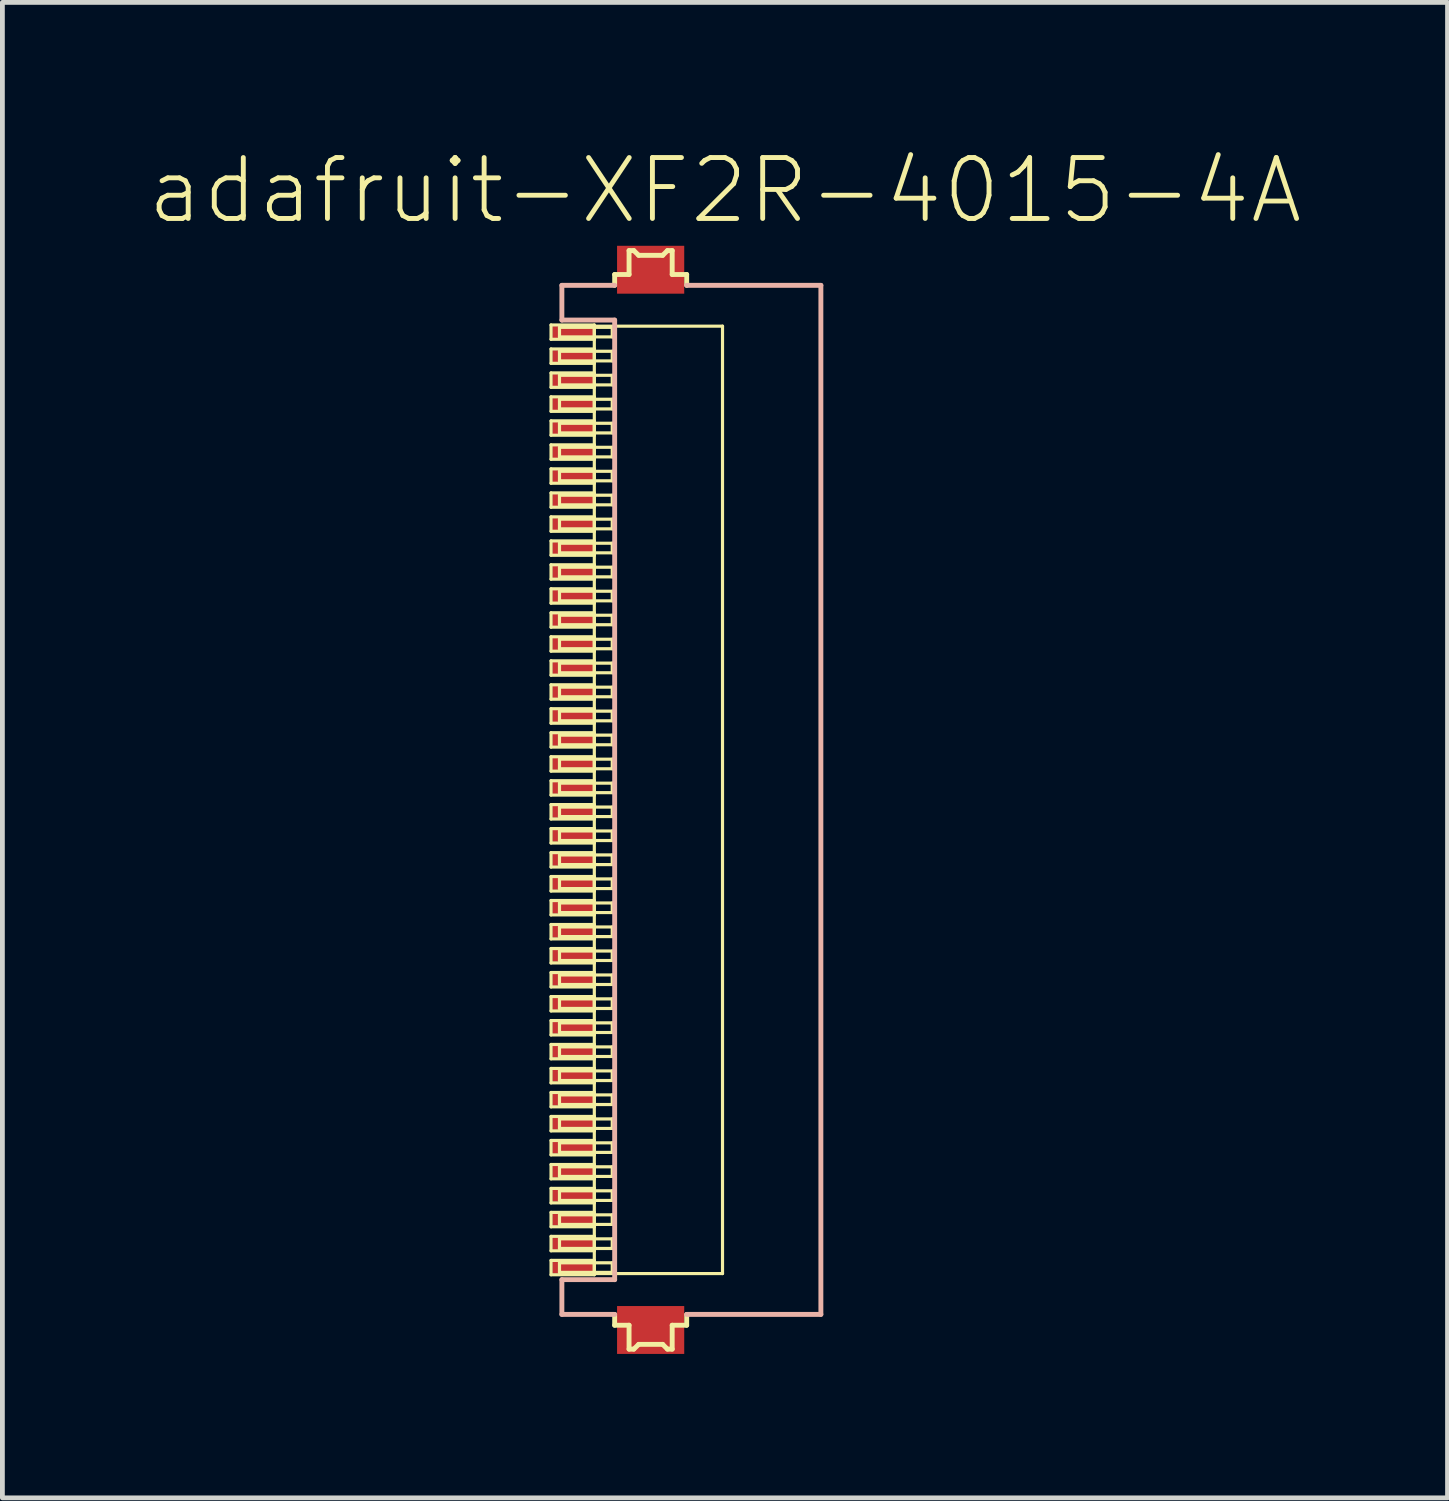
<source format=kicad_pcb>
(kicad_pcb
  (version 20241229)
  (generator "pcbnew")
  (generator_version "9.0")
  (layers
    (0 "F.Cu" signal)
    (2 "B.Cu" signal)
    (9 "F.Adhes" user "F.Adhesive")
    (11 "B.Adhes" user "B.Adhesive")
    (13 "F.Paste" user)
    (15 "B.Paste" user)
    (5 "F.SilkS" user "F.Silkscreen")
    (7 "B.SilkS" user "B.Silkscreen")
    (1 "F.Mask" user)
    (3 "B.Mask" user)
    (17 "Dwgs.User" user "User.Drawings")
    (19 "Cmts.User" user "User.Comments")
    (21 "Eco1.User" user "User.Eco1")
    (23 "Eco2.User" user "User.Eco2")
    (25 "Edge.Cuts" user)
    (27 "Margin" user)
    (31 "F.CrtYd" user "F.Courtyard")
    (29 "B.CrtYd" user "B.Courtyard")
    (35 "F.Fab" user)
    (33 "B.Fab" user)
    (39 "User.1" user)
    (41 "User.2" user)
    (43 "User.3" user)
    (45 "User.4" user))
  (footprint "adafruit-XF2R-4015-4A"
    (layer "F.Cu")
    (at 11.425 13.621)
    (property "Reference" "adafruit-XF2R-4015-4A" (at 0.635 -12.7 0) (layer "F.SilkS") (effects (font (size 1.27 1.27) (thickness 0.102))))
    (attr smd)
    (fp_line (start -2.99 -9.898) (end -2.088 -9.898) (stroke (width 0.066) (type solid)) (layer "F.SilkS"))
    (fp_line (start -2.99 -9.599) (end -2.99 -9.898) (stroke (width 0.066) (type solid)) (layer "F.SilkS"))
    (fp_line (start -2.99 -9.599) (end -2.088 -9.599) (stroke (width 0.066) (type solid)) (layer "F.SilkS"))
    (fp_line (start -2.99 -9.398) (end -2.088 -9.398) (stroke (width 0.066) (type solid)) (layer "F.SilkS"))
    (fp_line (start -2.99 -9.098) (end -2.99 -9.398) (stroke (width 0.066) (type solid)) (layer "F.SilkS"))
    (fp_line (start -2.99 -9.098) (end -2.088 -9.098) (stroke (width 0.066) (type solid)) (layer "F.SilkS"))
    (fp_line (start -2.99 -8.898) (end -2.088 -8.898) (stroke (width 0.066) (type solid)) (layer "F.SilkS"))
    (fp_line (start -2.99 -8.598) (end -2.99 -8.898) (stroke (width 0.066) (type solid)) (layer "F.SilkS"))
    (fp_line (start -2.99 -8.598) (end -2.088 -8.598) (stroke (width 0.066) (type solid)) (layer "F.SilkS"))
    (fp_line (start -2.99 -8.4) (end -2.088 -8.4) (stroke (width 0.066) (type solid)) (layer "F.SilkS"))
    (fp_line (start -2.99 -8.098) (end -2.99 -8.4) (stroke (width 0.066) (type solid)) (layer "F.SilkS"))
    (fp_line (start -2.99 -8.098) (end -2.088 -8.098) (stroke (width 0.066) (type solid)) (layer "F.SilkS"))
    (fp_line (start -2.99 -7.899) (end -2.088 -7.899) (stroke (width 0.066) (type solid)) (layer "F.SilkS"))
    (fp_line (start -2.99 -7.6) (end -2.99 -7.899) (stroke (width 0.066) (type solid)) (layer "F.SilkS"))
    (fp_line (start -2.99 -7.6) (end -2.088 -7.6) (stroke (width 0.066) (type solid)) (layer "F.SilkS"))
    (fp_line (start -2.99 -7.399) (end -2.088 -7.399) (stroke (width 0.066) (type solid)) (layer "F.SilkS"))
    (fp_line (start -2.99 -7.099) (end -2.99 -7.399) (stroke (width 0.066) (type solid)) (layer "F.SilkS"))
    (fp_line (start -2.99 -7.099) (end -2.088 -7.099) (stroke (width 0.066) (type solid)) (layer "F.SilkS"))
    (fp_line (start -2.99 -6.899) (end -2.088 -6.899) (stroke (width 0.066) (type solid)) (layer "F.SilkS"))
    (fp_line (start -2.99 -6.599) (end -2.99 -6.899) (stroke (width 0.066) (type solid)) (layer "F.SilkS"))
    (fp_line (start -2.99 -6.599) (end -2.088 -6.599) (stroke (width 0.066) (type solid)) (layer "F.SilkS"))
    (fp_line (start -2.99 -6.398) (end -2.088 -6.398) (stroke (width 0.066) (type solid)) (layer "F.SilkS"))
    (fp_line (start -2.99 -6.099) (end -2.99 -6.398) (stroke (width 0.066) (type solid)) (layer "F.SilkS"))
    (fp_line (start -2.99 -6.099) (end -2.088 -6.099) (stroke (width 0.066) (type solid)) (layer "F.SilkS"))
    (fp_line (start -2.99 -5.898) (end -2.088 -5.898) (stroke (width 0.066) (type solid)) (layer "F.SilkS"))
    (fp_line (start -2.99 -5.598) (end -2.99 -5.898) (stroke (width 0.066) (type solid)) (layer "F.SilkS"))
    (fp_line (start -2.99 -5.598) (end -2.088 -5.598) (stroke (width 0.066) (type solid)) (layer "F.SilkS"))
    (fp_line (start -2.99 -5.397) (end -2.088 -5.397) (stroke (width 0.066) (type solid)) (layer "F.SilkS"))
    (fp_line (start -2.99 -5.098) (end -2.99 -5.397) (stroke (width 0.066) (type solid)) (layer "F.SilkS"))
    (fp_line (start -2.99 -5.098) (end -2.088 -5.098) (stroke (width 0.066) (type solid)) (layer "F.SilkS"))
    (fp_line (start -2.99 -4.9) (end -2.088 -4.9) (stroke (width 0.066) (type solid)) (layer "F.SilkS"))
    (fp_line (start -2.99 -4.6) (end -2.99 -4.9) (stroke (width 0.066) (type solid)) (layer "F.SilkS"))
    (fp_line (start -2.99 -4.6) (end -2.088 -4.6) (stroke (width 0.066) (type solid)) (layer "F.SilkS"))
    (fp_line (start -2.99 -4.399) (end -2.088 -4.399) (stroke (width 0.066) (type solid)) (layer "F.SilkS"))
    (fp_line (start -2.99 -4.1) (end -2.99 -4.399) (stroke (width 0.066) (type solid)) (layer "F.SilkS"))
    (fp_line (start -2.99 -4.1) (end -2.088 -4.1) (stroke (width 0.066) (type solid)) (layer "F.SilkS"))
    (fp_line (start -2.99 -3.899) (end -2.088 -3.899) (stroke (width 0.066) (type solid)) (layer "F.SilkS"))
    (fp_line (start -2.99 -3.599) (end -2.99 -3.899) (stroke (width 0.066) (type solid)) (layer "F.SilkS"))
    (fp_line (start -2.99 -3.599) (end -2.088 -3.599) (stroke (width 0.066) (type solid)) (layer "F.SilkS"))
    (fp_line (start -2.99 -3.399) (end -2.088 -3.399) (stroke (width 0.066) (type solid)) (layer "F.SilkS"))
    (fp_line (start -2.99 -3.099) (end -2.99 -3.399) (stroke (width 0.066) (type solid)) (layer "F.SilkS"))
    (fp_line (start -2.99 -3.099) (end -2.088 -3.099) (stroke (width 0.066) (type solid)) (layer "F.SilkS"))
    (fp_line (start -2.99 -2.898) (end -2.088 -2.898) (stroke (width 0.066) (type solid)) (layer "F.SilkS"))
    (fp_line (start -2.99 -2.598) (end -2.99 -2.898) (stroke (width 0.066) (type solid)) (layer "F.SilkS"))
    (fp_line (start -2.99 -2.598) (end -2.088 -2.598) (stroke (width 0.066) (type solid)) (layer "F.SilkS"))
    (fp_line (start -2.99 -2.398) (end -2.088 -2.398) (stroke (width 0.066) (type solid)) (layer "F.SilkS"))
    (fp_line (start -2.99 -2.098) (end -2.99 -2.398) (stroke (width 0.066) (type solid)) (layer "F.SilkS"))
    (fp_line (start -2.99 -2.098) (end -2.088 -2.098) (stroke (width 0.066) (type solid)) (layer "F.SilkS"))
    (fp_line (start -2.99 -1.9) (end -2.088 -1.9) (stroke (width 0.066) (type solid)) (layer "F.SilkS"))
    (fp_line (start -2.99 -1.598) (end -2.99 -1.9) (stroke (width 0.066) (type solid)) (layer "F.SilkS"))
    (fp_line (start -2.99 -1.598) (end -2.088 -1.598) (stroke (width 0.066) (type solid)) (layer "F.SilkS"))
    (fp_line (start -2.99 -1.4) (end -2.088 -1.4) (stroke (width 0.066) (type solid)) (layer "F.SilkS"))
    (fp_line (start -2.99 -1.1) (end -2.99 -1.4) (stroke (width 0.066) (type solid)) (layer "F.SilkS"))
    (fp_line (start -2.99 -1.1) (end -2.088 -1.1) (stroke (width 0.066) (type solid)) (layer "F.SilkS"))
    (fp_line (start -2.99 -0.899) (end -2.088 -0.899) (stroke (width 0.066) (type solid)) (layer "F.SilkS"))
    (fp_line (start -2.99 -0.599) (end -2.99 -0.899) (stroke (width 0.066) (type solid)) (layer "F.SilkS"))
    (fp_line (start -2.99 -0.599) (end -2.088 -0.599) (stroke (width 0.066) (type solid)) (layer "F.SilkS"))
    (fp_line (start -2.99 -0.399) (end -2.088 -0.399) (stroke (width 0.066) (type solid)) (layer "F.SilkS"))
    (fp_line (start -2.99 -0.099) (end -2.99 -0.399) (stroke (width 0.066) (type solid)) (layer "F.SilkS"))
    (fp_line (start -2.99 -0.099) (end -2.088 -0.099) (stroke (width 0.066) (type solid)) (layer "F.SilkS"))
    (fp_line (start -2.99 0.099) (end -2.088 0.099) (stroke (width 0.066) (type solid)) (layer "F.SilkS"))
    (fp_line (start -2.99 0.399) (end -2.99 0.099) (stroke (width 0.066) (type solid)) (layer "F.SilkS"))
    (fp_line (start -2.99 0.399) (end -2.088 0.399) (stroke (width 0.066) (type solid)) (layer "F.SilkS"))
    (fp_line (start -2.99 0.599) (end -2.088 0.599) (stroke (width 0.066) (type solid)) (layer "F.SilkS"))
    (fp_line (start -2.99 0.899) (end -2.99 0.599) (stroke (width 0.066) (type solid)) (layer "F.SilkS"))
    (fp_line (start -2.99 0.899) (end -2.088 0.899) (stroke (width 0.066) (type solid)) (layer "F.SilkS"))
    (fp_line (start -2.99 1.1) (end -2.088 1.1) (stroke (width 0.066) (type solid)) (layer "F.SilkS"))
    (fp_line (start -2.99 1.4) (end -2.99 1.1) (stroke (width 0.066) (type solid)) (layer "F.SilkS"))
    (fp_line (start -2.99 1.4) (end -2.088 1.4) (stroke (width 0.066) (type solid)) (layer "F.SilkS"))
    (fp_line (start -2.99 1.598) (end -2.088 1.598) (stroke (width 0.066) (type solid)) (layer "F.SilkS"))
    (fp_line (start -2.99 1.9) (end -2.99 1.598) (stroke (width 0.066) (type solid)) (layer "F.SilkS"))
    (fp_line (start -2.99 1.9) (end -2.088 1.9) (stroke (width 0.066) (type solid)) (layer "F.SilkS"))
    (fp_line (start -2.99 2.098) (end -2.088 2.098) (stroke (width 0.066) (type solid)) (layer "F.SilkS"))
    (fp_line (start -2.99 2.398) (end -2.99 2.098) (stroke (width 0.066) (type solid)) (layer "F.SilkS"))
    (fp_line (start -2.99 2.398) (end -2.088 2.398) (stroke (width 0.066) (type solid)) (layer "F.SilkS"))
    (fp_line (start -2.99 2.598) (end -2.088 2.598) (stroke (width 0.066) (type solid)) (layer "F.SilkS"))
    (fp_line (start -2.99 2.898) (end -2.99 2.598) (stroke (width 0.066) (type solid)) (layer "F.SilkS"))
    (fp_line (start -2.99 2.898) (end -2.088 2.898) (stroke (width 0.066) (type solid)) (layer "F.SilkS"))
    (fp_line (start -2.99 3.099) (end -2.088 3.099) (stroke (width 0.066) (type solid)) (layer "F.SilkS"))
    (fp_line (start -2.99 3.399) (end -2.99 3.099) (stroke (width 0.066) (type solid)) (layer "F.SilkS"))
    (fp_line (start -2.99 3.399) (end -2.088 3.399) (stroke (width 0.066) (type solid)) (layer "F.SilkS"))
    (fp_line (start -2.99 3.599) (end -2.088 3.599) (stroke (width 0.066) (type solid)) (layer "F.SilkS"))
    (fp_line (start -2.99 3.899) (end -2.99 3.599) (stroke (width 0.066) (type solid)) (layer "F.SilkS"))
    (fp_line (start -2.99 3.899) (end -2.088 3.899) (stroke (width 0.066) (type solid)) (layer "F.SilkS"))
    (fp_line (start -2.99 4.1) (end -2.088 4.1) (stroke (width 0.066) (type solid)) (layer "F.SilkS"))
    (fp_line (start -2.99 4.399) (end -2.99 4.1) (stroke (width 0.066) (type solid)) (layer "F.SilkS"))
    (fp_line (start -2.99 4.399) (end -2.088 4.399) (stroke (width 0.066) (type solid)) (layer "F.SilkS"))
    (fp_line (start -2.99 4.6) (end -2.088 4.6) (stroke (width 0.066) (type solid)) (layer "F.SilkS"))
    (fp_line (start -2.99 4.9) (end -2.99 4.6) (stroke (width 0.066) (type solid)) (layer "F.SilkS"))
    (fp_line (start -2.99 4.9) (end -2.088 4.9) (stroke (width 0.066) (type solid)) (layer "F.SilkS"))
    (fp_line (start -2.99 5.098) (end -2.088 5.098) (stroke (width 0.066) (type solid)) (layer "F.SilkS"))
    (fp_line (start -2.99 5.397) (end -2.99 5.098) (stroke (width 0.066) (type solid)) (layer "F.SilkS"))
    (fp_line (start -2.99 5.397) (end -2.088 5.397) (stroke (width 0.066) (type solid)) (layer "F.SilkS"))
    (fp_line (start -2.99 5.598) (end -2.088 5.598) (stroke (width 0.066) (type solid)) (layer "F.SilkS"))
    (fp_line (start -2.99 5.898) (end -2.99 5.598) (stroke (width 0.066) (type solid)) (layer "F.SilkS"))
    (fp_line (start -2.99 5.898) (end -2.088 5.898) (stroke (width 0.066) (type solid)) (layer "F.SilkS"))
    (fp_line (start -2.99 6.099) (end -2.088 6.099) (stroke (width 0.066) (type solid)) (layer "F.SilkS"))
    (fp_line (start -2.99 6.398) (end -2.99 6.099) (stroke (width 0.066) (type solid)) (layer "F.SilkS"))
    (fp_line (start -2.99 6.398) (end -2.088 6.398) (stroke (width 0.066) (type solid)) (layer "F.SilkS"))
    (fp_line (start -2.99 6.599) (end -2.088 6.599) (stroke (width 0.066) (type solid)) (layer "F.SilkS"))
    (fp_line (start -2.99 6.899) (end -2.99 6.599) (stroke (width 0.066) (type solid)) (layer "F.SilkS"))
    (fp_line (start -2.99 6.899) (end -2.088 6.899) (stroke (width 0.066) (type solid)) (layer "F.SilkS"))
    (fp_line (start -2.99 7.099) (end -2.088 7.099) (stroke (width 0.066) (type solid)) (layer "F.SilkS"))
    (fp_line (start -2.99 7.399) (end -2.99 7.099) (stroke (width 0.066) (type solid)) (layer "F.SilkS"))
    (fp_line (start -2.99 7.399) (end -2.088 7.399) (stroke (width 0.066) (type solid)) (layer "F.SilkS"))
    (fp_line (start -2.99 7.6) (end -2.088 7.6) (stroke (width 0.066) (type solid)) (layer "F.SilkS"))
    (fp_line (start -2.99 7.899) (end -2.99 7.6) (stroke (width 0.066) (type solid)) (layer "F.SilkS"))
    (fp_line (start -2.99 7.899) (end -2.088 7.899) (stroke (width 0.066) (type solid)) (layer "F.SilkS"))
    (fp_line (start -2.99 8.098) (end -2.088 8.098) (stroke (width 0.066) (type solid)) (layer "F.SilkS"))
    (fp_line (start -2.99 8.4) (end -2.99 8.098) (stroke (width 0.066) (type solid)) (layer "F.SilkS"))
    (fp_line (start -2.99 8.4) (end -2.088 8.4) (stroke (width 0.066) (type solid)) (layer "F.SilkS"))
    (fp_line (start -2.99 8.598) (end -2.088 8.598) (stroke (width 0.066) (type solid)) (layer "F.SilkS"))
    (fp_line (start -2.99 8.898) (end -2.99 8.598) (stroke (width 0.066) (type solid)) (layer "F.SilkS"))
    (fp_line (start -2.99 8.898) (end -2.088 8.898) (stroke (width 0.066) (type solid)) (layer "F.SilkS"))
    (fp_line (start -2.99 9.098) (end -2.088 9.098) (stroke (width 0.066) (type solid)) (layer "F.SilkS"))
    (fp_line (start -2.99 9.398) (end -2.99 9.098) (stroke (width 0.066) (type solid)) (layer "F.SilkS"))
    (fp_line (start -2.99 9.398) (end -2.088 9.398) (stroke (width 0.066) (type solid)) (layer "F.SilkS"))
    (fp_line (start -2.99 9.599) (end -2.088 9.599) (stroke (width 0.066) (type solid)) (layer "F.SilkS"))
    (fp_line (start -2.99 9.898) (end -2.99 9.599) (stroke (width 0.066) (type solid)) (layer "F.SilkS"))
    (fp_line (start -2.99 9.898) (end -2.088 9.898) (stroke (width 0.066) (type solid)) (layer "F.SilkS"))
    (fp_line (start -2.814 -9.848) (end -1.714 -9.848) (stroke (width 0.066) (type solid)) (layer "F.SilkS"))
    (fp_line (start -2.814 -9.649) (end -2.814 -9.848) (stroke (width 0.066) (type solid)) (layer "F.SilkS"))
    (fp_line (start -2.814 -9.649) (end -1.714 -9.649) (stroke (width 0.066) (type solid)) (layer "F.SilkS"))
    (fp_line (start -2.814 -9.35) (end -1.714 -9.35) (stroke (width 0.066) (type solid)) (layer "F.SilkS"))
    (fp_line (start -2.814 -9.149) (end -2.814 -9.35) (stroke (width 0.066) (type solid)) (layer "F.SilkS"))
    (fp_line (start -2.814 -9.149) (end -1.714 -9.149) (stroke (width 0.066) (type solid)) (layer "F.SilkS"))
    (fp_line (start -2.814 -8.849) (end -1.714 -8.849) (stroke (width 0.066) (type solid)) (layer "F.SilkS"))
    (fp_line (start -2.814 -8.649) (end -2.814 -8.849) (stroke (width 0.066) (type solid)) (layer "F.SilkS"))
    (fp_line (start -2.814 -8.649) (end -1.714 -8.649) (stroke (width 0.066) (type solid)) (layer "F.SilkS"))
    (fp_line (start -2.814 -8.349) (end -1.714 -8.349) (stroke (width 0.066) (type solid)) (layer "F.SilkS"))
    (fp_line (start -2.814 -8.148) (end -2.814 -8.349) (stroke (width 0.066) (type solid)) (layer "F.SilkS"))
    (fp_line (start -2.814 -8.148) (end -1.714 -8.148) (stroke (width 0.066) (type solid)) (layer "F.SilkS"))
    (fp_line (start -2.814 -7.849) (end -1.714 -7.849) (stroke (width 0.066) (type solid)) (layer "F.SilkS"))
    (fp_line (start -2.814 -7.648) (end -2.814 -7.849) (stroke (width 0.066) (type solid)) (layer "F.SilkS"))
    (fp_line (start -2.814 -7.648) (end -1.714 -7.648) (stroke (width 0.066) (type solid)) (layer "F.SilkS"))
    (fp_line (start -2.814 -7.348) (end -1.714 -7.348) (stroke (width 0.066) (type solid)) (layer "F.SilkS"))
    (fp_line (start -2.814 -7.148) (end -2.814 -7.348) (stroke (width 0.066) (type solid)) (layer "F.SilkS"))
    (fp_line (start -2.814 -7.148) (end -1.714 -7.148) (stroke (width 0.066) (type solid)) (layer "F.SilkS"))
    (fp_line (start -2.814 -6.848) (end -1.714 -6.848) (stroke (width 0.066) (type solid)) (layer "F.SilkS"))
    (fp_line (start -2.814 -6.65) (end -2.814 -6.848) (stroke (width 0.066) (type solid)) (layer "F.SilkS"))
    (fp_line (start -2.814 -6.65) (end -1.714 -6.65) (stroke (width 0.066) (type solid)) (layer "F.SilkS"))
    (fp_line (start -2.814 -6.35) (end -1.714 -6.35) (stroke (width 0.066) (type solid)) (layer "F.SilkS"))
    (fp_line (start -2.814 -6.149) (end -2.814 -6.35) (stroke (width 0.066) (type solid)) (layer "F.SilkS"))
    (fp_line (start -2.814 -6.149) (end -1.714 -6.149) (stroke (width 0.066) (type solid)) (layer "F.SilkS"))
    (fp_line (start -2.814 -5.85) (end -1.714 -5.85) (stroke (width 0.066) (type solid)) (layer "F.SilkS"))
    (fp_line (start -2.814 -5.649) (end -2.814 -5.85) (stroke (width 0.066) (type solid)) (layer "F.SilkS"))
    (fp_line (start -2.814 -5.649) (end -1.714 -5.649) (stroke (width 0.066) (type solid)) (layer "F.SilkS"))
    (fp_line (start -2.814 -5.349) (end -1.714 -5.349) (stroke (width 0.066) (type solid)) (layer "F.SilkS"))
    (fp_line (start -2.814 -5.149) (end -2.814 -5.349) (stroke (width 0.066) (type solid)) (layer "F.SilkS"))
    (fp_line (start -2.814 -5.149) (end -1.714 -5.149) (stroke (width 0.066) (type solid)) (layer "F.SilkS"))
    (fp_line (start -2.814 -4.849) (end -1.714 -4.849) (stroke (width 0.066) (type solid)) (layer "F.SilkS"))
    (fp_line (start -2.814 -4.648) (end -2.814 -4.849) (stroke (width 0.066) (type solid)) (layer "F.SilkS"))
    (fp_line (start -2.814 -4.648) (end -1.714 -4.648) (stroke (width 0.066) (type solid)) (layer "F.SilkS"))
    (fp_line (start -2.814 -4.348) (end -1.714 -4.348) (stroke (width 0.066) (type solid)) (layer "F.SilkS"))
    (fp_line (start -2.814 -4.148) (end -2.814 -4.348) (stroke (width 0.066) (type solid)) (layer "F.SilkS"))
    (fp_line (start -2.814 -4.148) (end -1.714 -4.148) (stroke (width 0.066) (type solid)) (layer "F.SilkS"))
    (fp_line (start -2.814 -3.848) (end -1.714 -3.848) (stroke (width 0.066) (type solid)) (layer "F.SilkS"))
    (fp_line (start -2.814 -3.65) (end -2.814 -3.848) (stroke (width 0.066) (type solid)) (layer "F.SilkS"))
    (fp_line (start -2.814 -3.65) (end -1.714 -3.65) (stroke (width 0.066) (type solid)) (layer "F.SilkS"))
    (fp_line (start -2.814 -3.348) (end -1.714 -3.348) (stroke (width 0.066) (type solid)) (layer "F.SilkS"))
    (fp_line (start -2.814 -3.15) (end -2.814 -3.348) (stroke (width 0.066) (type solid)) (layer "F.SilkS"))
    (fp_line (start -2.814 -3.15) (end -1.714 -3.15) (stroke (width 0.066) (type solid)) (layer "F.SilkS"))
    (fp_line (start -2.814 -2.85) (end -1.714 -2.85) (stroke (width 0.066) (type solid)) (layer "F.SilkS"))
    (fp_line (start -2.814 -2.649) (end -2.814 -2.85) (stroke (width 0.066) (type solid)) (layer "F.SilkS"))
    (fp_line (start -2.814 -2.649) (end -1.714 -2.649) (stroke (width 0.066) (type solid)) (layer "F.SilkS"))
    (fp_line (start -2.814 -2.349) (end -1.714 -2.349) (stroke (width 0.066) (type solid)) (layer "F.SilkS"))
    (fp_line (start -2.814 -2.149) (end -2.814 -2.349) (stroke (width 0.066) (type solid)) (layer "F.SilkS"))
    (fp_line (start -2.814 -2.149) (end -1.714 -2.149) (stroke (width 0.066) (type solid)) (layer "F.SilkS"))
    (fp_line (start -2.814 -1.849) (end -1.714 -1.849) (stroke (width 0.066) (type solid)) (layer "F.SilkS"))
    (fp_line (start -2.814 -1.648) (end -2.814 -1.849) (stroke (width 0.066) (type solid)) (layer "F.SilkS"))
    (fp_line (start -2.814 -1.648) (end -1.714 -1.648) (stroke (width 0.066) (type solid)) (layer "F.SilkS"))
    (fp_line (start -2.814 -1.349) (end -1.714 -1.349) (stroke (width 0.066) (type solid)) (layer "F.SilkS"))
    (fp_line (start -2.814 -1.148) (end -2.814 -1.349) (stroke (width 0.066) (type solid)) (layer "F.SilkS"))
    (fp_line (start -2.814 -1.148) (end -1.714 -1.148) (stroke (width 0.066) (type solid)) (layer "F.SilkS"))
    (fp_line (start -2.814 -0.848) (end -1.714 -0.848) (stroke (width 0.066) (type solid)) (layer "F.SilkS"))
    (fp_line (start -2.814 -0.648) (end -2.814 -0.848) (stroke (width 0.066) (type solid)) (layer "F.SilkS"))
    (fp_line (start -2.814 -0.648) (end -1.714 -0.648) (stroke (width 0.066) (type solid)) (layer "F.SilkS"))
    (fp_line (start -2.814 -0.348) (end -1.714 -0.348) (stroke (width 0.066) (type solid)) (layer "F.SilkS"))
    (fp_line (start -2.814 -0.15) (end -2.814 -0.348) (stroke (width 0.066) (type solid)) (layer "F.SilkS"))
    (fp_line (start -2.814 -0.15) (end -1.714 -0.15) (stroke (width 0.066) (type solid)) (layer "F.SilkS"))
    (fp_line (start -2.814 0.15) (end -1.714 0.15) (stroke (width 0.066) (type solid)) (layer "F.SilkS"))
    (fp_line (start -2.814 0.348) (end -2.814 0.15) (stroke (width 0.066) (type solid)) (layer "F.SilkS"))
    (fp_line (start -2.814 0.348) (end -1.714 0.348) (stroke (width 0.066) (type solid)) (layer "F.SilkS"))
    (fp_line (start -2.814 0.648) (end -1.714 0.648) (stroke (width 0.066) (type solid)) (layer "F.SilkS"))
    (fp_line (start -2.814 0.848) (end -2.814 0.648) (stroke (width 0.066) (type solid)) (layer "F.SilkS"))
    (fp_line (start -2.814 0.848) (end -1.714 0.848) (stroke (width 0.066) (type solid)) (layer "F.SilkS"))
    (fp_line (start -2.814 1.148) (end -1.714 1.148) (stroke (width 0.066) (type solid)) (layer "F.SilkS"))
    (fp_line (start -2.814 1.349) (end -2.814 1.148) (stroke (width 0.066) (type solid)) (layer "F.SilkS"))
    (fp_line (start -2.814 1.349) (end -1.714 1.349) (stroke (width 0.066) (type solid)) (layer "F.SilkS"))
    (fp_line (start -2.814 1.648) (end -1.714 1.648) (stroke (width 0.066) (type solid)) (layer "F.SilkS"))
    (fp_line (start -2.814 1.849) (end -2.814 1.648) (stroke (width 0.066) (type solid)) (layer "F.SilkS"))
    (fp_line (start -2.814 1.849) (end -1.714 1.849) (stroke (width 0.066) (type solid)) (layer "F.SilkS"))
    (fp_line (start -2.814 2.149) (end -1.714 2.149) (stroke (width 0.066) (type solid)) (layer "F.SilkS"))
    (fp_line (start -2.814 2.349) (end -2.814 2.149) (stroke (width 0.066) (type solid)) (layer "F.SilkS"))
    (fp_line (start -2.814 2.349) (end -1.714 2.349) (stroke (width 0.066) (type solid)) (layer "F.SilkS"))
    (fp_line (start -2.814 2.649) (end -1.714 2.649) (stroke (width 0.066) (type solid)) (layer "F.SilkS"))
    (fp_line (start -2.814 2.85) (end -2.814 2.649) (stroke (width 0.066) (type solid)) (layer "F.SilkS"))
    (fp_line (start -2.814 2.85) (end -1.714 2.85) (stroke (width 0.066) (type solid)) (layer "F.SilkS"))
    (fp_line (start -2.814 3.15) (end -1.714 3.15) (stroke (width 0.066) (type solid)) (layer "F.SilkS"))
    (fp_line (start -2.814 3.348) (end -2.814 3.15) (stroke (width 0.066) (type solid)) (layer "F.SilkS"))
    (fp_line (start -2.814 3.348) (end -1.714 3.348) (stroke (width 0.066) (type solid)) (layer "F.SilkS"))
    (fp_line (start -2.814 3.65) (end -1.714 3.65) (stroke (width 0.066) (type solid)) (layer "F.SilkS"))
    (fp_line (start -2.814 3.848) (end -2.814 3.65) (stroke (width 0.066) (type solid)) (layer "F.SilkS"))
    (fp_line (start -2.814 3.848) (end -1.714 3.848) (stroke (width 0.066) (type solid)) (layer "F.SilkS"))
    (fp_line (start -2.814 4.148) (end -1.714 4.148) (stroke (width 0.066) (type solid)) (layer "F.SilkS"))
    (fp_line (start -2.814 4.348) (end -2.814 4.148) (stroke (width 0.066) (type solid)) (layer "F.SilkS"))
    (fp_line (start -2.814 4.348) (end -1.714 4.348) (stroke (width 0.066) (type solid)) (layer "F.SilkS"))
    (fp_line (start -2.814 4.648) (end -1.714 4.648) (stroke (width 0.066) (type solid)) (layer "F.SilkS"))
    (fp_line (start -2.814 4.849) (end -2.814 4.648) (stroke (width 0.066) (type solid)) (layer "F.SilkS"))
    (fp_line (start -2.814 4.849) (end -1.714 4.849) (stroke (width 0.066) (type solid)) (layer "F.SilkS"))
    (fp_line (start -2.814 5.149) (end -1.714 5.149) (stroke (width 0.066) (type solid)) (layer "F.SilkS"))
    (fp_line (start -2.814 5.349) (end -2.814 5.149) (stroke (width 0.066) (type solid)) (layer "F.SilkS"))
    (fp_line (start -2.814 5.349) (end -1.714 5.349) (stroke (width 0.066) (type solid)) (layer "F.SilkS"))
    (fp_line (start -2.814 5.649) (end -1.714 5.649) (stroke (width 0.066) (type solid)) (layer "F.SilkS"))
    (fp_line (start -2.814 5.85) (end -2.814 5.649) (stroke (width 0.066) (type solid)) (layer "F.SilkS"))
    (fp_line (start -2.814 5.85) (end -1.714 5.85) (stroke (width 0.066) (type solid)) (layer "F.SilkS"))
    (fp_line (start -2.814 6.149) (end -1.714 6.149) (stroke (width 0.066) (type solid)) (layer "F.SilkS"))
    (fp_line (start -2.814 6.35) (end -2.814 6.149) (stroke (width 0.066) (type solid)) (layer "F.SilkS"))
    (fp_line (start -2.814 6.35) (end -1.714 6.35) (stroke (width 0.066) (type solid)) (layer "F.SilkS"))
    (fp_line (start -2.814 6.65) (end -1.714 6.65) (stroke (width 0.066) (type solid)) (layer "F.SilkS"))
    (fp_line (start -2.814 6.848) (end -2.814 6.65) (stroke (width 0.066) (type solid)) (layer "F.SilkS"))
    (fp_line (start -2.814 6.848) (end -1.714 6.848) (stroke (width 0.066) (type solid)) (layer "F.SilkS"))
    (fp_line (start -2.814 7.148) (end -1.714 7.148) (stroke (width 0.066) (type solid)) (layer "F.SilkS"))
    (fp_line (start -2.814 7.348) (end -2.814 7.148) (stroke (width 0.066) (type solid)) (layer "F.SilkS"))
    (fp_line (start -2.814 7.348) (end -1.714 7.348) (stroke (width 0.066) (type solid)) (layer "F.SilkS"))
    (fp_line (start -2.814 7.648) (end -1.714 7.648) (stroke (width 0.066) (type solid)) (layer "F.SilkS"))
    (fp_line (start -2.814 7.849) (end -2.814 7.648) (stroke (width 0.066) (type solid)) (layer "F.SilkS"))
    (fp_line (start -2.814 7.849) (end -1.714 7.849) (stroke (width 0.066) (type solid)) (layer "F.SilkS"))
    (fp_line (start -2.814 8.148) (end -1.714 8.148) (stroke (width 0.066) (type solid)) (layer "F.SilkS"))
    (fp_line (start -2.814 8.349) (end -2.814 8.148) (stroke (width 0.066) (type solid)) (layer "F.SilkS"))
    (fp_line (start -2.814 8.349) (end -1.714 8.349) (stroke (width 0.066) (type solid)) (layer "F.SilkS"))
    (fp_line (start -2.814 8.649) (end -1.714 8.649) (stroke (width 0.066) (type solid)) (layer "F.SilkS"))
    (fp_line (start -2.814 8.849) (end -2.814 8.649) (stroke (width 0.066) (type solid)) (layer "F.SilkS"))
    (fp_line (start -2.814 8.849) (end -1.714 8.849) (stroke (width 0.066) (type solid)) (layer "F.SilkS"))
    (fp_line (start -2.814 9.149) (end -1.714 9.149) (stroke (width 0.066) (type solid)) (layer "F.SilkS"))
    (fp_line (start -2.814 9.35) (end -2.814 9.149) (stroke (width 0.066) (type solid)) (layer "F.SilkS"))
    (fp_line (start -2.814 9.35) (end -1.714 9.35) (stroke (width 0.066) (type solid)) (layer "F.SilkS"))
    (fp_line (start -2.814 9.649) (end -1.714 9.649) (stroke (width 0.066) (type solid)) (layer "F.SilkS"))
    (fp_line (start -2.814 9.848) (end -2.814 9.649) (stroke (width 0.066) (type solid)) (layer "F.SilkS"))
    (fp_line (start -2.814 9.848) (end -1.714 9.848) (stroke (width 0.066) (type solid)) (layer "F.SilkS"))
    (fp_line (start -2.088 -9.873) (end 0.584 -9.873) (stroke (width 0.066) (type solid)) (layer "F.SilkS"))
    (fp_line (start -2.088 -9.599) (end -2.088 -9.898) (stroke (width 0.066) (type solid)) (layer "F.SilkS"))
    (fp_line (start -2.088 -9.098) (end -2.088 -9.398) (stroke (width 0.066) (type solid)) (layer "F.SilkS"))
    (fp_line (start -2.088 -8.598) (end -2.088 -8.898) (stroke (width 0.066) (type solid)) (layer "F.SilkS"))
    (fp_line (start -2.088 -8.098) (end -2.088 -8.4) (stroke (width 0.066) (type solid)) (layer "F.SilkS"))
    (fp_line (start -2.088 -7.6) (end -2.088 -7.899) (stroke (width 0.066) (type solid)) (layer "F.SilkS"))
    (fp_line (start -2.088 -7.099) (end -2.088 -7.399) (stroke (width 0.066) (type solid)) (layer "F.SilkS"))
    (fp_line (start -2.088 -6.599) (end -2.088 -6.899) (stroke (width 0.066) (type solid)) (layer "F.SilkS"))
    (fp_line (start -2.088 -6.099) (end -2.088 -6.398) (stroke (width 0.066) (type solid)) (layer "F.SilkS"))
    (fp_line (start -2.088 -5.598) (end -2.088 -5.898) (stroke (width 0.066) (type solid)) (layer "F.SilkS"))
    (fp_line (start -2.088 -5.098) (end -2.088 -5.397) (stroke (width 0.066) (type solid)) (layer "F.SilkS"))
    (fp_line (start -2.088 -4.6) (end -2.088 -4.9) (stroke (width 0.066) (type solid)) (layer "F.SilkS"))
    (fp_line (start -2.088 -4.1) (end -2.088 -4.399) (stroke (width 0.066) (type solid)) (layer "F.SilkS"))
    (fp_line (start -2.088 -3.599) (end -2.088 -3.899) (stroke (width 0.066) (type solid)) (layer "F.SilkS"))
    (fp_line (start -2.088 -3.099) (end -2.088 -3.399) (stroke (width 0.066) (type solid)) (layer "F.SilkS"))
    (fp_line (start -2.088 -2.598) (end -2.088 -2.898) (stroke (width 0.066) (type solid)) (layer "F.SilkS"))
    (fp_line (start -2.088 -2.098) (end -2.088 -2.398) (stroke (width 0.066) (type solid)) (layer "F.SilkS"))
    (fp_line (start -2.088 -1.598) (end -2.088 -1.9) (stroke (width 0.066) (type solid)) (layer "F.SilkS"))
    (fp_line (start -2.088 -1.1) (end -2.088 -1.4) (stroke (width 0.066) (type solid)) (layer "F.SilkS"))
    (fp_line (start -2.088 -0.599) (end -2.088 -0.899) (stroke (width 0.066) (type solid)) (layer "F.SilkS"))
    (fp_line (start -2.088 -0.099) (end -2.088 -0.399) (stroke (width 0.066) (type solid)) (layer "F.SilkS"))
    (fp_line (start -2.088 0.399) (end -2.088 0.099) (stroke (width 0.066) (type solid)) (layer "F.SilkS"))
    (fp_line (start -2.088 0.899) (end -2.088 0.599) (stroke (width 0.066) (type solid)) (layer "F.SilkS"))
    (fp_line (start -2.088 1.4) (end -2.088 1.1) (stroke (width 0.066) (type solid)) (layer "F.SilkS"))
    (fp_line (start -2.088 1.9) (end -2.088 1.598) (stroke (width 0.066) (type solid)) (layer "F.SilkS"))
    (fp_line (start -2.088 2.398) (end -2.088 2.098) (stroke (width 0.066) (type solid)) (layer "F.SilkS"))
    (fp_line (start -2.088 2.898) (end -2.088 2.598) (stroke (width 0.066) (type solid)) (layer "F.SilkS"))
    (fp_line (start -2.088 3.399) (end -2.088 3.099) (stroke (width 0.066) (type solid)) (layer "F.SilkS"))
    (fp_line (start -2.088 3.899) (end -2.088 3.599) (stroke (width 0.066) (type solid)) (layer "F.SilkS"))
    (fp_line (start -2.088 4.399) (end -2.088 4.1) (stroke (width 0.066) (type solid)) (layer "F.SilkS"))
    (fp_line (start -2.088 4.9) (end -2.088 4.6) (stroke (width 0.066) (type solid)) (layer "F.SilkS"))
    (fp_line (start -2.088 5.397) (end -2.088 5.098) (stroke (width 0.066) (type solid)) (layer "F.SilkS"))
    (fp_line (start -2.088 5.898) (end -2.088 5.598) (stroke (width 0.066) (type solid)) (layer "F.SilkS"))
    (fp_line (start -2.088 6.398) (end -2.088 6.099) (stroke (width 0.066) (type solid)) (layer "F.SilkS"))
    (fp_line (start -2.088 6.899) (end -2.088 6.599) (stroke (width 0.066) (type solid)) (layer "F.SilkS"))
    (fp_line (start -2.088 7.399) (end -2.088 7.099) (stroke (width 0.066) (type solid)) (layer "F.SilkS"))
    (fp_line (start -2.088 7.899) (end -2.088 7.6) (stroke (width 0.066) (type solid)) (layer "F.SilkS"))
    (fp_line (start -2.088 8.4) (end -2.088 8.098) (stroke (width 0.066) (type solid)) (layer "F.SilkS"))
    (fp_line (start -2.088 8.898) (end -2.088 8.598) (stroke (width 0.066) (type solid)) (layer "F.SilkS"))
    (fp_line (start -2.088 9.398) (end -2.088 9.098) (stroke (width 0.066) (type solid)) (layer "F.SilkS"))
    (fp_line (start -2.088 9.873) (end -2.088 -9.873) (stroke (width 0.066) (type solid)) (layer "F.SilkS"))
    (fp_line (start -2.088 9.873) (end 0.584 9.873) (stroke (width 0.066) (type solid)) (layer "F.SilkS"))
    (fp_line (start -2.088 9.898) (end -2.088 9.599) (stroke (width 0.066) (type solid)) (layer "F.SilkS"))
    (fp_line (start -1.714 -9.649) (end -1.714 -9.848) (stroke (width 0.066) (type solid)) (layer "F.SilkS"))
    (fp_line (start -1.714 -9.149) (end -1.714 -9.35) (stroke (width 0.066) (type solid)) (layer "F.SilkS"))
    (fp_line (start -1.714 -8.649) (end -1.714 -8.849) (stroke (width 0.066) (type solid)) (layer "F.SilkS"))
    (fp_line (start -1.714 -8.148) (end -1.714 -8.349) (stroke (width 0.066) (type solid)) (layer "F.SilkS"))
    (fp_line (start -1.714 -7.648) (end -1.714 -7.849) (stroke (width 0.066) (type solid)) (layer "F.SilkS"))
    (fp_line (start -1.714 -7.148) (end -1.714 -7.348) (stroke (width 0.066) (type solid)) (layer "F.SilkS"))
    (fp_line (start -1.714 -6.65) (end -1.714 -6.848) (stroke (width 0.066) (type solid)) (layer "F.SilkS"))
    (fp_line (start -1.714 -6.149) (end -1.714 -6.35) (stroke (width 0.066) (type solid)) (layer "F.SilkS"))
    (fp_line (start -1.714 -5.649) (end -1.714 -5.85) (stroke (width 0.066) (type solid)) (layer "F.SilkS"))
    (fp_line (start -1.714 -5.149) (end -1.714 -5.349) (stroke (width 0.066) (type solid)) (layer "F.SilkS"))
    (fp_line (start -1.714 -4.648) (end -1.714 -4.849) (stroke (width 0.066) (type solid)) (layer "F.SilkS"))
    (fp_line (start -1.714 -4.148) (end -1.714 -4.348) (stroke (width 0.066) (type solid)) (layer "F.SilkS"))
    (fp_line (start -1.714 -3.65) (end -1.714 -3.848) (stroke (width 0.066) (type solid)) (layer "F.SilkS"))
    (fp_line (start -1.714 -3.15) (end -1.714 -3.348) (stroke (width 0.066) (type solid)) (layer "F.SilkS"))
    (fp_line (start -1.714 -2.649) (end -1.714 -2.85) (stroke (width 0.066) (type solid)) (layer "F.SilkS"))
    (fp_line (start -1.714 -2.149) (end -1.714 -2.349) (stroke (width 0.066) (type solid)) (layer "F.SilkS"))
    (fp_line (start -1.714 -1.648) (end -1.714 -1.849) (stroke (width 0.066) (type solid)) (layer "F.SilkS"))
    (fp_line (start -1.714 -1.148) (end -1.714 -1.349) (stroke (width 0.066) (type solid)) (layer "F.SilkS"))
    (fp_line (start -1.714 -0.648) (end -1.714 -0.848) (stroke (width 0.066) (type solid)) (layer "F.SilkS"))
    (fp_line (start -1.714 -0.15) (end -1.714 -0.348) (stroke (width 0.066) (type solid)) (layer "F.SilkS"))
    (fp_line (start -1.714 0.348) (end -1.714 0.15) (stroke (width 0.066) (type solid)) (layer "F.SilkS"))
    (fp_line (start -1.714 0.848) (end -1.714 0.648) (stroke (width 0.066) (type solid)) (layer "F.SilkS"))
    (fp_line (start -1.714 1.349) (end -1.714 1.148) (stroke (width 0.066) (type solid)) (layer "F.SilkS"))
    (fp_line (start -1.714 1.849) (end -1.714 1.648) (stroke (width 0.066) (type solid)) (layer "F.SilkS"))
    (fp_line (start -1.714 2.349) (end -1.714 2.149) (stroke (width 0.066) (type solid)) (layer "F.SilkS"))
    (fp_line (start -1.714 2.85) (end -1.714 2.649) (stroke (width 0.066) (type solid)) (layer "F.SilkS"))
    (fp_line (start -1.714 3.348) (end -1.714 3.15) (stroke (width 0.066) (type solid)) (layer "F.SilkS"))
    (fp_line (start -1.714 3.848) (end -1.714 3.65) (stroke (width 0.066) (type solid)) (layer "F.SilkS"))
    (fp_line (start -1.714 4.348) (end -1.714 4.148) (stroke (width 0.066) (type solid)) (layer "F.SilkS"))
    (fp_line (start -1.714 4.849) (end -1.714 4.648) (stroke (width 0.066) (type solid)) (layer "F.SilkS"))
    (fp_line (start -1.714 5.349) (end -1.714 5.149) (stroke (width 0.066) (type solid)) (layer "F.SilkS"))
    (fp_line (start -1.714 5.85) (end -1.714 5.649) (stroke (width 0.066) (type solid)) (layer "F.SilkS"))
    (fp_line (start -1.714 6.35) (end -1.714 6.149) (stroke (width 0.066) (type solid)) (layer "F.SilkS"))
    (fp_line (start -1.714 6.848) (end -1.714 6.65) (stroke (width 0.066) (type solid)) (layer "F.SilkS"))
    (fp_line (start -1.714 7.348) (end -1.714 7.148) (stroke (width 0.066) (type solid)) (layer "F.SilkS"))
    (fp_line (start -1.714 7.849) (end -1.714 7.648) (stroke (width 0.066) (type solid)) (layer "F.SilkS"))
    (fp_line (start -1.714 8.349) (end -1.714 8.148) (stroke (width 0.066) (type solid)) (layer "F.SilkS"))
    (fp_line (start -1.714 8.849) (end -1.714 8.649) (stroke (width 0.066) (type solid)) (layer "F.SilkS"))
    (fp_line (start -1.714 9.35) (end -1.714 9.149) (stroke (width 0.066) (type solid)) (layer "F.SilkS"))
    (fp_line (start -1.714 9.848) (end -1.714 9.649) (stroke (width 0.066) (type solid)) (layer "F.SilkS"))
    (fp_line (start -1.664 -10.95) (end -1.664 -10.724) (stroke (width 0.102) (type solid)) (layer "F.SilkS"))
    (fp_line (start -1.664 10.724) (end -1.664 10.95) (stroke (width 0.102) (type solid)) (layer "F.SilkS"))
    (fp_line (start -1.664 10.95) (end -1.364 10.95) (stroke (width 0.102) (type solid)) (layer "F.SilkS"))
    (fp_line (start -1.364 -11.448) (end -1.364 -10.95) (stroke (width 0.102) (type solid)) (layer "F.SilkS"))
    (fp_line (start -1.364 -10.95) (end -1.664 -10.95) (stroke (width 0.102) (type solid)) (layer "F.SilkS"))
    (fp_line (start -1.364 10.95) (end -1.364 11.448) (stroke (width 0.102) (type solid)) (layer "F.SilkS"))
    (fp_line (start -1.364 11.448) (end -1.265 11.448) (stroke (width 0.102) (type solid)) (layer "F.SilkS"))
    (fp_line (start -1.265 -11.448) (end -1.364 -11.448) (stroke (width 0.102) (type solid)) (layer "F.SilkS"))
    (fp_line (start -1.265 11.448) (end -1.163 11.349) (stroke (width 0.102) (type solid)) (layer "F.SilkS"))
    (fp_line (start -1.163 -11.349) (end -1.265 -11.448) (stroke (width 0.102) (type solid)) (layer "F.SilkS"))
    (fp_line (start -1.163 11.349) (end -0.663 11.349) (stroke (width 0.102) (type solid)) (layer "F.SilkS"))
    (fp_line (start -0.663 -11.349) (end -1.163 -11.349) (stroke (width 0.102) (type solid)) (layer "F.SilkS"))
    (fp_line (start -0.663 11.349) (end -0.564 11.448) (stroke (width 0.102) (type solid)) (layer "F.SilkS"))
    (fp_line (start -0.564 -11.448) (end -0.663 -11.349) (stroke (width 0.102) (type solid)) (layer "F.SilkS"))
    (fp_line (start -0.564 11.448) (end -0.465 11.448) (stroke (width 0.102) (type solid)) (layer "F.SilkS"))
    (fp_line (start -0.465 -11.448) (end -0.564 -11.448) (stroke (width 0.102) (type solid)) (layer "F.SilkS"))
    (fp_line (start -0.465 -10.95) (end -0.465 -11.448) (stroke (width 0.102) (type solid)) (layer "F.SilkS"))
    (fp_line (start -0.465 10.95) (end -0.163 10.95) (stroke (width 0.102) (type solid)) (layer "F.SilkS"))
    (fp_line (start -0.465 11.448) (end -0.465 10.95) (stroke (width 0.102) (type solid)) (layer "F.SilkS"))
    (fp_line (start -0.163 -10.95) (end -0.465 -10.95) (stroke (width 0.102) (type solid)) (layer "F.SilkS"))
    (fp_line (start -0.163 -10.724) (end -0.163 -10.95) (stroke (width 0.102) (type solid)) (layer "F.SilkS"))
    (fp_line (start -0.163 10.95) (end -0.163 10.724) (stroke (width 0.102) (type solid)) (layer "F.SilkS"))
    (fp_line (start 0.584 9.873) (end 0.584 -9.873) (stroke (width 0.066) (type solid)) (layer "F.SilkS"))
    (fp_line (start -2.764 -10.724) (end -2.764 -10) (stroke (width 0.102) (type solid)) (layer "B.SilkS"))
    (fp_line (start -2.764 -10.724) (end -1.664 -10.724) (stroke (width 0.102) (type solid)) (layer "B.SilkS"))
    (fp_line (start -2.764 -10) (end -1.664 -10) (stroke (width 0.102) (type solid)) (layer "B.SilkS"))
    (fp_line (start -2.764 10) (end -2.764 10.724) (stroke (width 0.102) (type solid)) (layer "B.SilkS"))
    (fp_line (start -2.764 10.724) (end -1.664 10.724) (stroke (width 0.102) (type solid)) (layer "B.SilkS"))
    (fp_line (start -1.664 -10) (end -1.664 10) (stroke (width 0.102) (type solid)) (layer "B.SilkS"))
    (fp_line (start -1.664 10) (end -2.764 10) (stroke (width 0.102) (type solid)) (layer "B.SilkS"))
    (fp_line (start -0.163 10.724) (end 2.634 10.724) (stroke (width 0.102) (type solid)) (layer "B.SilkS"))
    (fp_line (start 2.634 -10.724) (end -0.163 -10.724) (stroke (width 0.102) (type solid)) (layer "B.SilkS"))
    (fp_line (start 2.634 10.724) (end 2.634 -10.724) (stroke (width 0.102) (type solid)) (layer "B.SilkS"))
    (pad "1" smd rect (at -2.54 -9.749) (size 0.848 0.249) (layers "F.Cu" "F.Mask" "F.Paste"))
    (pad "2" smd rect (at -2.54 -9.248) (size 0.848 0.249) (layers "F.Cu" "F.Mask" "F.Paste"))
    (pad "3" smd rect (at -2.54 -8.748) (size 0.848 0.249) (layers "F.Cu" "F.Mask" "F.Paste"))
    (pad "4" smd rect (at -2.54 -8.25) (size 0.848 0.249) (layers "F.Cu" "F.Mask" "F.Paste"))
    (pad "5" smd rect (at -2.54 -7.75) (size 0.848 0.249) (layers "F.Cu" "F.Mask" "F.Paste"))
    (pad "6" smd rect (at -2.54 -7.249) (size 0.848 0.249) (layers "F.Cu" "F.Mask" "F.Paste"))
    (pad "7" smd rect (at -2.54 -6.749) (size 0.848 0.249) (layers "F.Cu" "F.Mask" "F.Paste"))
    (pad "8" smd rect (at -2.54 -6.248) (size 0.848 0.249) (layers "F.Cu" "F.Mask" "F.Paste"))
    (pad "9" smd rect (at -2.54 -5.748) (size 0.848 0.249) (layers "F.Cu" "F.Mask" "F.Paste"))
    (pad "10" smd rect (at -2.54 -5.248) (size 0.848 0.249) (layers "F.Cu" "F.Mask" "F.Paste"))
    (pad "11" smd rect (at -2.54 -4.75) (size 0.848 0.249) (layers "F.Cu" "F.Mask" "F.Paste"))
    (pad "12" smd rect (at -2.54 -4.249) (size 0.848 0.249) (layers "F.Cu" "F.Mask" "F.Paste"))
    (pad "13" smd rect (at -2.54 -3.749) (size 0.848 0.249) (layers "F.Cu" "F.Mask" "F.Paste"))
    (pad "14" smd rect (at -2.54 -3.249) (size 0.848 0.249) (layers "F.Cu" "F.Mask" "F.Paste"))
    (pad "15" smd rect (at -2.54 -2.748) (size 0.848 0.249) (layers "F.Cu" "F.Mask" "F.Paste"))
    (pad "16" smd rect (at -2.54 -2.248) (size 0.848 0.249) (layers "F.Cu" "F.Mask" "F.Paste"))
    (pad "17" smd rect (at -2.54 -1.748) (size 0.848 0.249) (layers "F.Cu" "F.Mask" "F.Paste"))
    (pad "18" smd rect (at -2.54 -1.25) (size 0.848 0.249) (layers "F.Cu" "F.Mask" "F.Paste"))
    (pad "19" smd rect (at -2.54 -0.749) (size 0.848 0.249) (layers "F.Cu" "F.Mask" "F.Paste"))
    (pad "20" smd rect (at -2.54 -0.249) (size 0.848 0.249) (layers "F.Cu" "F.Mask" "F.Paste"))
    (pad "21" smd rect (at -2.54 0.249) (size 0.848 0.249) (layers "F.Cu" "F.Mask" "F.Paste"))
    (pad "22" smd rect (at -2.54 0.749) (size 0.848 0.249) (layers "F.Cu" "F.Mask" "F.Paste"))
    (pad "23" smd rect (at -2.54 1.25) (size 0.848 0.249) (layers "F.Cu" "F.Mask" "F.Paste"))
    (pad "24" smd rect (at -2.54 1.748) (size 0.848 0.249) (layers "F.Cu" "F.Mask" "F.Paste"))
    (pad "25" smd rect (at -2.54 2.248) (size 0.848 0.249) (layers "F.Cu" "F.Mask" "F.Paste"))
    (pad "26" smd rect (at -2.54 2.748) (size 0.848 0.249) (layers "F.Cu" "F.Mask" "F.Paste"))
    (pad "27" smd rect (at -2.54 3.249) (size 0.848 0.249) (layers "F.Cu" "F.Mask" "F.Paste"))
    (pad "28" smd rect (at -2.54 3.749) (size 0.848 0.249) (layers "F.Cu" "F.Mask" "F.Paste"))
    (pad "29" smd rect (at -2.54 4.249) (size 0.848 0.249) (layers "F.Cu" "F.Mask" "F.Paste"))
    (pad "30" smd rect (at -2.54 4.75) (size 0.848 0.249) (layers "F.Cu" "F.Mask" "F.Paste"))
    (pad "31" smd rect (at -2.54 5.248) (size 0.848 0.249) (layers "F.Cu" "F.Mask" "F.Paste"))
    (pad "32" smd rect (at -2.54 5.748) (size 0.848 0.249) (layers "F.Cu" "F.Mask" "F.Paste"))
    (pad "33" smd rect (at -2.54 6.248) (size 0.848 0.249) (layers "F.Cu" "F.Mask" "F.Paste"))
    (pad "34" smd rect (at -2.54 6.749) (size 0.848 0.249) (layers "F.Cu" "F.Mask" "F.Paste"))
    (pad "35" smd rect (at -2.54 7.249) (size 0.848 0.249) (layers "F.Cu" "F.Mask" "F.Paste"))
    (pad "36" smd rect (at -2.54 7.75) (size 0.848 0.249) (layers "F.Cu" "F.Mask" "F.Paste"))
    (pad "37" smd rect (at -2.54 8.25) (size 0.848 0.249) (layers "F.Cu" "F.Mask" "F.Paste"))
    (pad "38" smd rect (at -2.54 8.748) (size 0.848 0.249) (layers "F.Cu" "F.Mask" "F.Paste"))
    (pad "39" smd rect (at -2.54 9.248) (size 0.848 0.249) (layers "F.Cu" "F.Mask" "F.Paste"))
    (pad "40" smd rect (at -2.54 9.749) (size 0.848 0.249) (layers "F.Cu" "F.Mask" "F.Paste"))
    (pad "M1" smd rect (at -0.914 -11.049 180) (size 1.4 0.998) (layers "F.Cu" "F.Mask" "F.Paste"))
    (pad "M2" smd rect (at -0.914 11.049 180) (size 1.4 0.998) (layers "F.Cu" "F.Mask" "F.Paste")))
  (gr_rect
    (start -3 -3)
    (end 27.12 28.169)
    (stroke (width 0.1) (type default))
    (fill no)
    (layer "Edge.Cuts")))
</source>
